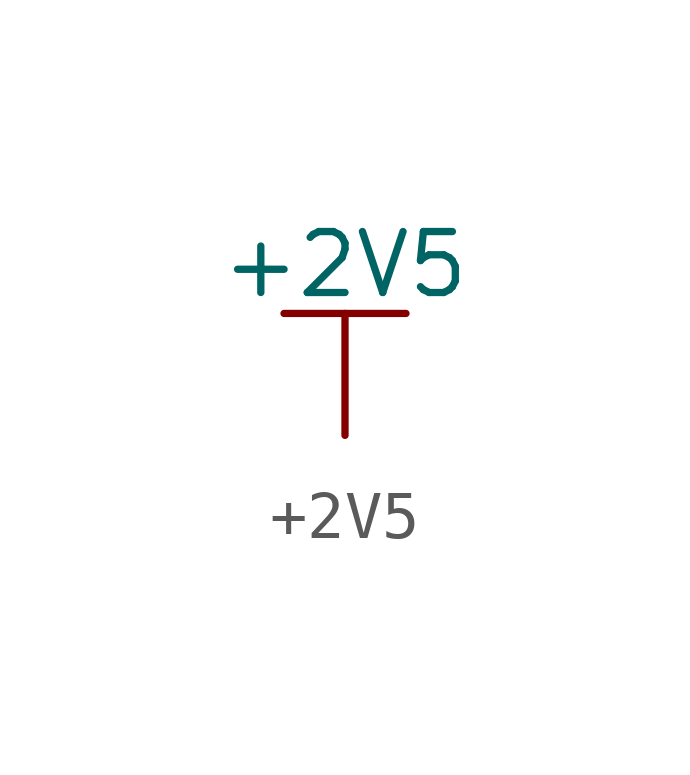
<source format=kicad_sym>
(kicad_symbol_lib
  (version 20211014)
  (generator kicad_symbol_editor)
  (symbol "+2V5"
    (power)
    (pin_names
      (offset 0))
    (property "Reference" "#PWR"
      (at 0 -3.81 0)
      (effects (font (size 1.27 1.27)) hide))
    (property "Value" "+2V5"
      (at 0 3.556 0)
      (effects (font (size 1.27 1.27))))
    (property "Footprint" ""
      (at 0 0 0)
      (effects (font (size 1.27 1.27))))
    (property "Datasheet" ""
      (at 0 0 0)
      (effects (font (size 1.27 1.27))))
    (symbol "+2V5_0_1"
      (polyline (pts (xy 0 0) (xy 0 2.54)) (stroke (width 0) (type default) (color 0 0 0 0)) (fill (type none)))
      (polyline (pts (xy 1.27 2.54) (xy -1.27 2.54)) (stroke (width 0) (type default) (color 0 0 0 0)) (fill (type none))))
    (symbol "+2V5_1_1"
      (pin power_in line (at 0 0 90) (length 0) hide (name "+2V5" (effects (font (size 1.27 1.27)))) (number "1" (effects (font (size 1.27 1.27))))))))
</source>
